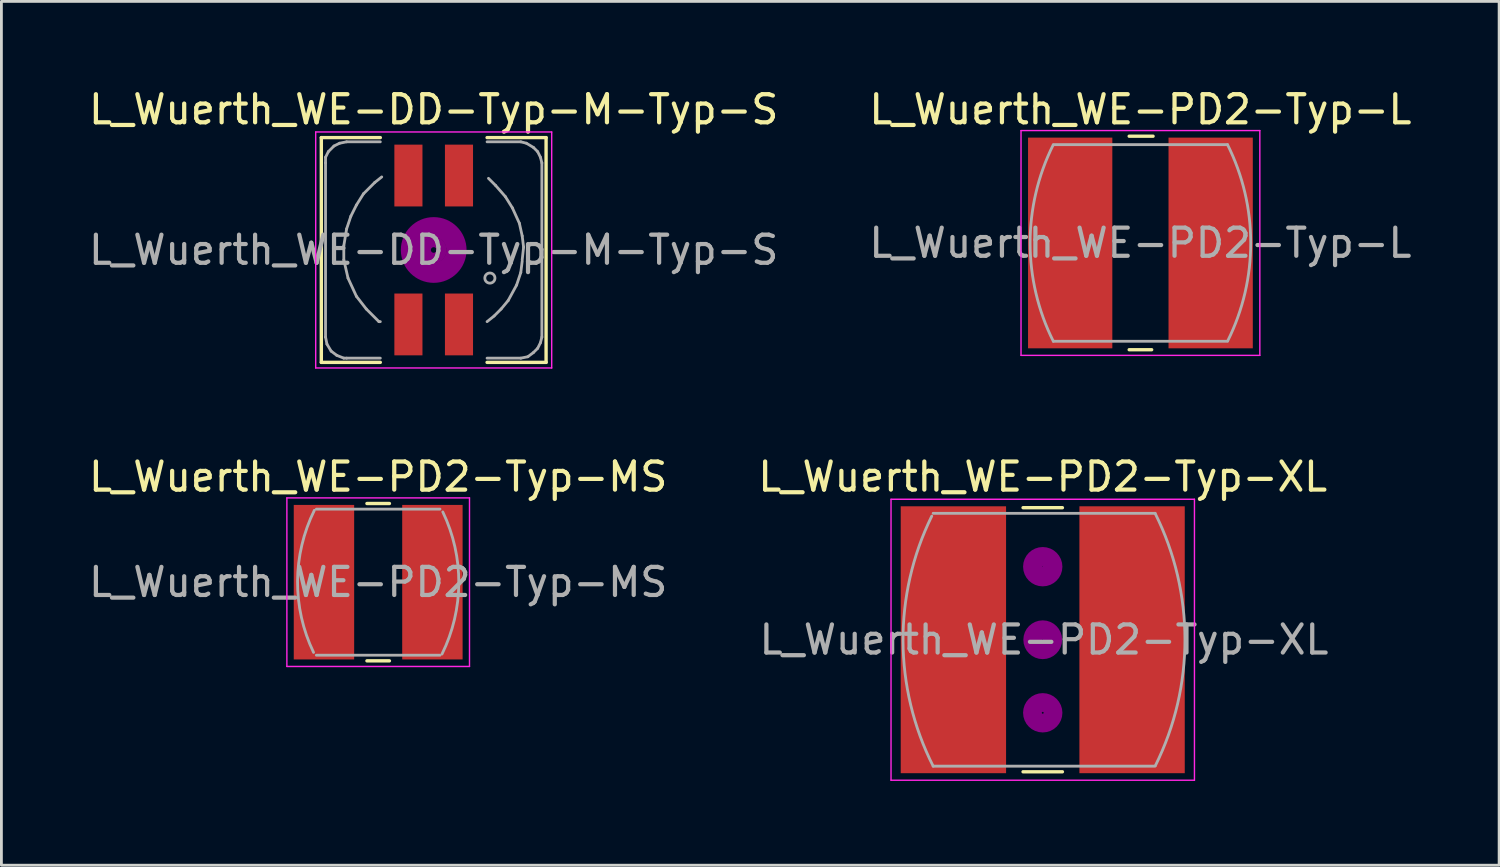
<source format=kicad_pcb>
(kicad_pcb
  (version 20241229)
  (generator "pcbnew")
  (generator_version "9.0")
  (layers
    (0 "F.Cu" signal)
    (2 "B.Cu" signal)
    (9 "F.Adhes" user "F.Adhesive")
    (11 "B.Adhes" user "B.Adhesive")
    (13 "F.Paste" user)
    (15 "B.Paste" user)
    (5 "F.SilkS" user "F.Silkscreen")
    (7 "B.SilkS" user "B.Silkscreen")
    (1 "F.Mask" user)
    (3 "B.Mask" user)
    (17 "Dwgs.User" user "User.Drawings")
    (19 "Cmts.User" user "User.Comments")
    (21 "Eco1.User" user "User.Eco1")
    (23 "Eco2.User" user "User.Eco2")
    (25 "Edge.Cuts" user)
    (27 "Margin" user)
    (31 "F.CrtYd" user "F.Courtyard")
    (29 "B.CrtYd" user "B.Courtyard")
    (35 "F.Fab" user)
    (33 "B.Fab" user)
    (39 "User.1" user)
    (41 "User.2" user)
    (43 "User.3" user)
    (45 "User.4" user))
  (footprint "L_Wuerth_WE-PD2-Typ-XL"
    (layer "F.Cu")
    (at 34.065 19.721)
    (property "Reference" "L_Wuerth_WE-PD2-Typ-XL" (at 0 -5.8 0) (layer "F.SilkS") (effects (font (size 1 1) (thickness 0.15))))
    (attr smd)
    (fp_line (start -0.7 -4.7) (end 0.7 -4.7) (stroke (width 0.12) (type solid)) (layer "F.SilkS"))
    (fp_line (start -0.7 4.7) (end 0.7 4.7) (stroke (width 0.12) (type solid)) (layer "F.SilkS"))
    (fp_circle (center 0 -2.6) (end 0.2 -2.6) (stroke (width 0.38) (type solid)) (fill no) (layer "F.Adhes"))
    (fp_circle (center 0 -2.6) (end 0.5 -2.5) (stroke (width 0.38) (type solid)) (fill no) (layer "F.Adhes"))
    (fp_circle (center 0 0) (end 0.2 0) (stroke (width 0.38) (type solid)) (fill no) (layer "F.Adhes"))
    (fp_circle (center 0 0) (end 0.5 0) (stroke (width 0.38) (type solid)) (fill no) (layer "F.Adhes"))
    (fp_circle (center 0 2.6) (end 0.1 2.8) (stroke (width 0.38) (type solid)) (fill no) (layer "F.Adhes"))
    (fp_circle (center 0 2.6) (end 0.5 2.7) (stroke (width 0.38) (type solid)) (fill no) (layer "F.Adhes"))
    (fp_line (start -5.4 -5) (end -5.4 5) (stroke (width 0.05) (type solid)) (layer "F.CrtYd"))
    (fp_line (start -5.4 5) (end 5.4 5) (stroke (width 0.05) (type solid)) (layer "F.CrtYd"))
    (fp_line (start 5.4 -5) (end -5.4 -5) (stroke (width 0.05) (type solid)) (layer "F.CrtYd"))
    (fp_line (start 5.4 5) (end 5.4 -5) (stroke (width 0.05) (type solid)) (layer "F.CrtYd"))
    (fp_line (start -3.9 4.5) (end 4 4.5) (stroke (width 0.1) (type solid)) (layer "F.Fab"))
    (fp_line (start 4 -4.5) (end -3.9 -4.5) (stroke (width 0.1) (type solid)) (layer "F.Fab"))
    (fp_arc (start -3.9 4.5) (mid -4.972806 0.056044) (end -3.950014 -4.399688) (stroke (width 0.1) (type solid)) (layer "F.Fab"))
    (fp_arc (start 4 -4.5) (mid 5.062299 -0.011424) (end 4.010195 4.479552) (stroke (width 0.1) (type solid)) (layer "F.Fab"))
    (fp_text user "${REFERENCE}" (at 0.045 0 0) (layer "F.Fab") (effects (font (size 1 1) (thickness 0.15))))
    (pad "1" smd rect (at -3.18 0) (size 3.75 9.5) (layers "F.Cu" "F.Mask" "F.Paste"))
    (pad "2" smd rect (at 3.18 0) (size 3.75 9.5) (layers "F.Cu" "F.Mask" "F.Paste")))
  (footprint "L_Wuerth_WE-PD2-Typ-MS"
    (layer "F.Cu")
    (at 10.411 17.672)
    (property "Reference" "L_Wuerth_WE-PD2-Typ-MS" (at 0 -3.75 0) (layer "F.SilkS") (effects (font (size 1 1) (thickness 0.15))))
    (attr smd)
    (fp_line (start -0.4 -2.8) (end 0.4 -2.8) (stroke (width 0.12) (type solid)) (layer "F.SilkS"))
    (fp_line (start -0.4 2.8) (end 0.4 2.8) (stroke (width 0.12) (type solid)) (layer "F.SilkS"))
    (fp_line (start -3.25 -3) (end 3.25 -3) (stroke (width 0.05) (type solid)) (layer "F.CrtYd"))
    (fp_line (start -3.25 3) (end -3.25 -3) (stroke (width 0.05) (type solid)) (layer "F.CrtYd"))
    (fp_line (start 3.25 -3) (end 3.25 3) (stroke (width 0.05) (type solid)) (layer "F.CrtYd"))
    (fp_line (start 3.25 3) (end -3.25 3) (stroke (width 0.05) (type solid)) (layer "F.CrtYd"))
    (fp_line (start -2.2 -2.6) (end 2.2 -2.6) (stroke (width 0.1) (type solid)) (layer "F.Fab"))
    (fp_line (start 2.2 2.6) (end -2.2 2.6) (stroke (width 0.1) (type solid)) (layer "F.Fab"))
    (fp_arc (start -2.3 2.5) (mid -2.869657 -0.032545) (end -2.271467 -2.558502) (stroke (width 0.1) (type solid)) (layer "F.Fab"))
    (fp_arc (start 2.3 -2.5) (mid 2.869657 0.032545) (end 2.271467 2.558502) (stroke (width 0.1) (type solid)) (layer "F.Fab"))
    (fp_text user "${REFERENCE}" (at 0 0 0) (layer "F.Fab") (effects (font (size 1 1) (thickness 0.15))))
    (pad "1" smd rect (at -1.93 0) (size 2.15 5.5) (layers "F.Cu" "F.Mask" "F.Paste"))
    (pad "2" smd rect (at 1.93 0) (size 2.15 5.5) (layers "F.Cu" "F.Mask" "F.Paste")))
  (footprint "L_Wuerth_WE-PD2-Typ-L"
    (layer "F.Cu")
    (at 37.542 5.598)
    (property "Reference" "L_Wuerth_WE-PD2-Typ-L" (at 0 -4.75 0) (layer "F.SilkS") (effects (font (size 1 1) (thickness 0.15))))
    (attr smd)
    (fp_line (start -0.4 -3.8) (end 0.45 -3.8) (stroke (width 0.12) (type solid)) (layer "F.SilkS"))
    (fp_line (start -0.4 3.8) (end 0.4 3.8) (stroke (width 0.12) (type solid)) (layer "F.SilkS"))
    (fp_line (start -4.25 -4) (end 4.25 -4) (stroke (width 0.05) (type solid)) (layer "F.CrtYd"))
    (fp_line (start -4.25 4) (end -4.25 -4) (stroke (width 0.05) (type solid)) (layer "F.CrtYd"))
    (fp_line (start 4.25 -4) (end 4.25 4) (stroke (width 0.05) (type solid)) (layer "F.CrtYd"))
    (fp_line (start 4.25 4) (end -4.25 4) (stroke (width 0.05) (type solid)) (layer "F.CrtYd"))
    (fp_line (start -3.1 3.5) (end 3.1 3.5) (stroke (width 0.1) (type solid)) (layer "F.Fab"))
    (fp_line (start 3.1 -3.5) (end -3.1 -3.5) (stroke (width 0.1) (type solid)) (layer "F.Fab"))
    (fp_arc (start -3.1 3.5) (mid -3.926233 0.008885) (end -3.107929 -3.484096) (stroke (width 0.1) (type solid)) (layer "F.Fab"))
    (fp_arc (start 3.1 -3.5) (mid 3.926233 -0.008885) (end 3.107929 3.484096) (stroke (width 0.1) (type solid)) (layer "F.Fab"))
    (fp_text user "${REFERENCE}" (at 0 0 0) (layer "F.Fab") (effects (font (size 1 1) (thickness 0.15))))
    (pad "1" smd rect (at -2.5 0) (size 3 7.5) (layers "F.Cu" "F.Mask" "F.Paste"))
    (pad "2" smd rect (at 2.5 0) (size 3 7.5) (layers "F.Cu" "F.Mask" "F.Paste")))
  (footprint "L_Wuerth_WE-DD-Typ-M-Typ-S"
    (layer "F.Cu")
    (at 12.387 5.848)
    (property "Reference" "L_Wuerth_WE-DD-Typ-M-Typ-S" (at 0 -5 0) (layer "F.SilkS") (effects (font (size 1 1) (thickness 0.15))))
    (attr smd)
    (fp_line (start -4 -4) (end -1.9 -4) (stroke (width 0.12) (type solid)) (layer "F.SilkS"))
    (fp_line (start -4 4) (end -4 -4) (stroke (width 0.12) (type solid)) (layer "F.SilkS"))
    (fp_line (start -1.9 4) (end -4 4) (stroke (width 0.12) (type solid)) (layer "F.SilkS"))
    (fp_line (start 1.9 -4) (end 4 -4) (stroke (width 0.12) (type solid)) (layer "F.SilkS"))
    (fp_line (start 4 -4) (end 4 4) (stroke (width 0.12) (type solid)) (layer "F.SilkS"))
    (fp_line (start 4 4) (end 1.9 4) (stroke (width 0.12) (type solid)) (layer "F.SilkS"))
    (fp_circle (center 0 0) (end 0.1 0) (stroke (width 0.3) (type solid)) (fill no) (layer "F.Adhes"))
    (fp_circle (center 0 0) (end 0.3 -0.1) (stroke (width 0.3) (type solid)) (fill no) (layer "F.Adhes"))
    (fp_circle (center 0 0) (end 0.6 0) (stroke (width 0.3) (type solid)) (fill no) (layer "F.Adhes"))
    (fp_circle (center 0 0) (end 0.8 -0.1) (stroke (width 0.3) (type solid)) (fill no) (layer "F.Adhes"))
    (fp_circle (center 0 0) (end 1 -0.2) (stroke (width 0.3) (type solid)) (fill no) (layer "F.Adhes"))
    (fp_circle (center 0.8 0) (end 0.8 0) (stroke (width 0.3) (type solid)) (fill no) (layer "F.Adhes"))
    (fp_line (start -4.2 -4.2) (end 4.2 -4.2) (stroke (width 0.05) (type solid)) (layer "F.CrtYd"))
    (fp_line (start -4.2 4.2) (end -4.2 -4.2) (stroke (width 0.05) (type solid)) (layer "F.CrtYd"))
    (fp_line (start 4.2 -4.2) (end 4.2 4.2) (stroke (width 0.05) (type solid)) (layer "F.CrtYd"))
    (fp_line (start 4.2 4.2) (end -4.2 4.2) (stroke (width 0.05) (type solid)) (layer "F.CrtYd"))
    (fp_line (start -3.85 -3.3) (end -3.85 -3.1) (stroke (width 0.1) (type solid)) (layer "F.Fab"))
    (fp_line (start -3.85 -3.1) (end -3.85 3.1) (stroke (width 0.1) (type solid)) (layer "F.Fab"))
    (fp_line (start -3.85 3.1) (end -3.8 3.35) (stroke (width 0.1) (type solid)) (layer "F.Fab"))
    (fp_line (start -3.8 3.35) (end -3.65 3.6) (stroke (width 0.1) (type solid)) (layer "F.Fab"))
    (fp_line (start -3.75 -3.5) (end -3.85 -3.3) (stroke (width 0.1) (type solid)) (layer "F.Fab"))
    (fp_line (start -3.65 3.6) (end -3.45 3.75) (stroke (width 0.1) (type solid)) (layer "F.Fab"))
    (fp_line (start -3.55 -3.7) (end -3.75 -3.5) (stroke (width 0.1) (type solid)) (layer "F.Fab"))
    (fp_line (start -3.45 3.75) (end -3.2 3.85) (stroke (width 0.1) (type solid)) (layer "F.Fab"))
    (fp_line (start -3.35 -3.8) (end -3.55 -3.7) (stroke (width 0.1) (type solid)) (layer "F.Fab"))
    (fp_line (start -3.2 -0.15) (end -3.2 0.35) (stroke (width 0.1) (type solid)) (layer "F.Fab"))
    (fp_line (start -3.2 0.35) (end -3.05 1) (stroke (width 0.1) (type solid)) (layer "F.Fab"))
    (fp_line (start -3.2 3.85) (end -3.1 3.85) (stroke (width 0.1) (type solid)) (layer "F.Fab"))
    (fp_line (start -3.1 -3.85) (end -3.35 -3.8) (stroke (width 0.1) (type solid)) (layer "F.Fab"))
    (fp_line (start -3.1 -0.75) (end -3.2 -0.15) (stroke (width 0.1) (type solid)) (layer "F.Fab"))
    (fp_line (start -3.1 3.85) (end -1.9 3.85) (stroke (width 0.1) (type solid)) (layer "F.Fab"))
    (fp_line (start -3.05 1) (end -2.75 1.65) (stroke (width 0.1) (type solid)) (layer "F.Fab"))
    (fp_line (start -2.95 -1.2) (end -3.1 -0.75) (stroke (width 0.1) (type solid)) (layer "F.Fab"))
    (fp_line (start -2.75 -1.6) (end -2.95 -1.2) (stroke (width 0.1) (type solid)) (layer "F.Fab"))
    (fp_line (start -2.75 1.65) (end -2.4 2.1) (stroke (width 0.1) (type solid)) (layer "F.Fab"))
    (fp_line (start -2.5 -2) (end -2.75 -1.6) (stroke (width 0.1) (type solid)) (layer "F.Fab"))
    (fp_line (start -2.4 2.1) (end -1.95 2.55) (stroke (width 0.1) (type solid)) (layer "F.Fab"))
    (fp_line (start -2.1 -2.4) (end -2.5 -2) (stroke (width 0.1) (type solid)) (layer "F.Fab"))
    (fp_line (start -1.95 2.55) (end -1.9 2.55) (stroke (width 0.1) (type solid)) (layer "F.Fab"))
    (fp_line (start -1.9 -3.85) (end -3.1 -3.85) (stroke (width 0.1) (type solid)) (layer "F.Fab"))
    (fp_line (start -1.85 -2.6) (end -2.1 -2.4) (stroke (width 0.1) (type solid)) (layer "F.Fab"))
    (fp_line (start 1.9 -3.85) (end 3.1 -3.85) (stroke (width 0.1) (type solid)) (layer "F.Fab"))
    (fp_line (start 1.95 -2.55) (end 2.2 -2.3) (stroke (width 0.1) (type solid)) (layer "F.Fab"))
    (fp_line (start 2.15 2.35) (end 1.9 2.55) (stroke (width 0.1) (type solid)) (layer "F.Fab"))
    (fp_line (start 2.2 -2.3) (end 2.55 -1.9) (stroke (width 0.1) (type solid)) (layer "F.Fab"))
    (fp_line (start 2.4 2.1) (end 2.15 2.35) (stroke (width 0.1) (type solid)) (layer "F.Fab"))
    (fp_line (start 2.55 -1.9) (end 2.8 -1.5) (stroke (width 0.1) (type solid)) (layer "F.Fab"))
    (fp_line (start 2.65 1.8) (end 2.4 2.1) (stroke (width 0.1) (type solid)) (layer "F.Fab"))
    (fp_line (start 2.8 -1.5) (end 3.05 -0.95) (stroke (width 0.1) (type solid)) (layer "F.Fab"))
    (fp_line (start 2.95 1.25) (end 2.65 1.8) (stroke (width 0.1) (type solid)) (layer "F.Fab"))
    (fp_line (start 3.05 -0.95) (end 3.15 -0.5) (stroke (width 0.1) (type solid)) (layer "F.Fab"))
    (fp_line (start 3.1 -3.85) (end 3.3 -3.8) (stroke (width 0.1) (type solid)) (layer "F.Fab"))
    (fp_line (start 3.1 0.8) (end 2.95 1.25) (stroke (width 0.1) (type solid)) (layer "F.Fab"))
    (fp_line (start 3.1 3.85) (end 1.9 3.85) (stroke (width 0.1) (type solid)) (layer "F.Fab"))
    (fp_line (start 3.15 -0.5) (end 3.2 -0.1) (stroke (width 0.1) (type solid)) (layer "F.Fab"))
    (fp_line (start 3.15 0.4) (end 3.1 0.8) (stroke (width 0.1) (type solid)) (layer "F.Fab"))
    (fp_line (start 3.2 -0.1) (end 3.15 0.35) (stroke (width 0.1) (type solid)) (layer "F.Fab"))
    (fp_line (start 3.3 -3.8) (end 3.55 -3.65) (stroke (width 0.1) (type solid)) (layer "F.Fab"))
    (fp_line (start 3.35 3.8) (end 3.1 3.85) (stroke (width 0.1) (type solid)) (layer "F.Fab"))
    (fp_line (start 3.55 -3.65) (end 3.7 -3.5) (stroke (width 0.1) (type solid)) (layer "F.Fab"))
    (fp_line (start 3.55 3.65) (end 3.35 3.8) (stroke (width 0.1) (type solid)) (layer "F.Fab"))
    (fp_line (start 3.7 -3.5) (end 3.8 -3.3) (stroke (width 0.1) (type solid)) (layer "F.Fab"))
    (fp_line (start 3.7 3.5) (end 3.55 3.65) (stroke (width 0.1) (type solid)) (layer "F.Fab"))
    (fp_line (start 3.8 -3.3) (end 3.85 -3.1) (stroke (width 0.1) (type solid)) (layer "F.Fab"))
    (fp_line (start 3.8 3.3) (end 3.7 3.5) (stroke (width 0.1) (type solid)) (layer "F.Fab"))
    (fp_line (start 3.85 -3.1) (end 3.85 3.1) (stroke (width 0.1) (type solid)) (layer "F.Fab"))
    (fp_line (start 3.85 3.1) (end 3.8 3.3) (stroke (width 0.1) (type solid)) (layer "F.Fab"))
    (fp_circle (center 2 1) (end 2.15 0.9) (stroke (width 0.1) (type solid)) (fill no) (layer "F.Fab"))
    (fp_text user "${REFERENCE}" (at 0 0 0) (layer "F.Fab") (effects (font (size 1 1) (thickness 0.15))))
    (pad "1" smd rect (at -0.9 2.65) (size 1 2.2) (layers "F.Cu" "F.Mask" "F.Paste"))
    (pad "2" smd rect (at -0.9 -2.65) (size 1 2.2) (layers "F.Cu" "F.Mask" "F.Paste"))
    (pad "3" smd rect (at 0.9 -2.65) (size 1 2.2) (layers "F.Cu" "F.Mask" "F.Paste"))
    (pad "4" smd rect (at 0.9 2.65) (size 1 2.2) (layers "F.Cu" "F.Mask" "F.Paste")))
  (gr_rect
    (start -3 -3)
    (end 50.31 27.747)
    (stroke (width 0.1) (type default))
    (fill no)
    (layer "Edge.Cuts")))
</source>
